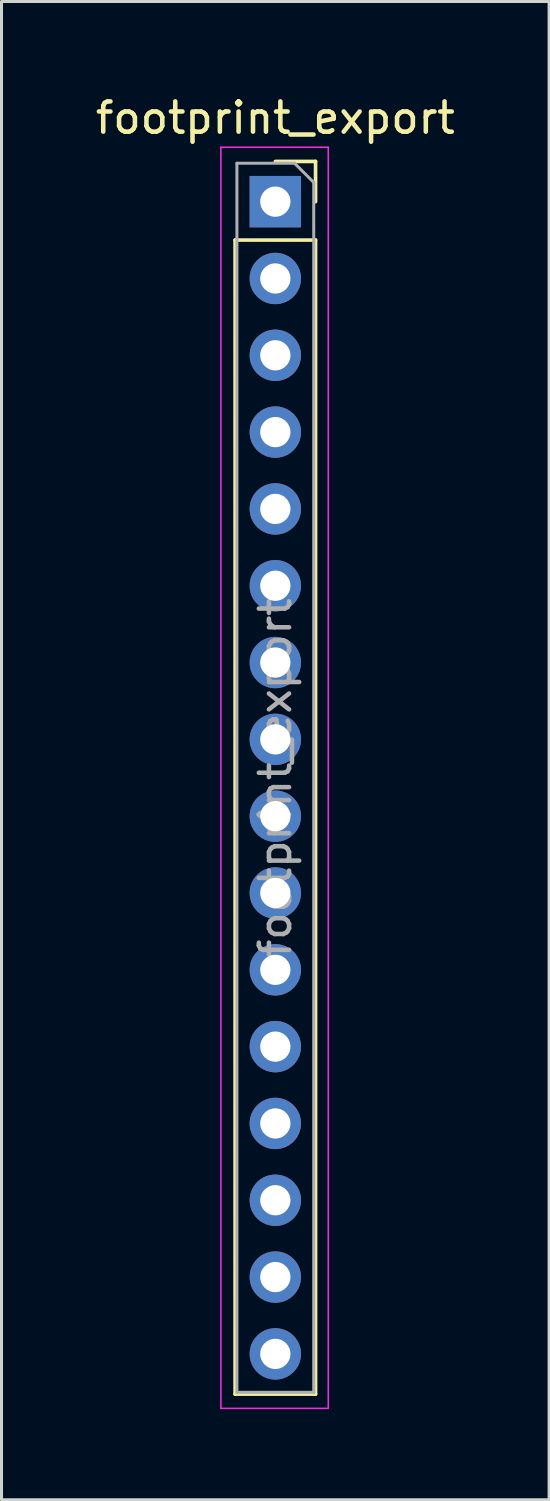
<source format=kicad_pcb>
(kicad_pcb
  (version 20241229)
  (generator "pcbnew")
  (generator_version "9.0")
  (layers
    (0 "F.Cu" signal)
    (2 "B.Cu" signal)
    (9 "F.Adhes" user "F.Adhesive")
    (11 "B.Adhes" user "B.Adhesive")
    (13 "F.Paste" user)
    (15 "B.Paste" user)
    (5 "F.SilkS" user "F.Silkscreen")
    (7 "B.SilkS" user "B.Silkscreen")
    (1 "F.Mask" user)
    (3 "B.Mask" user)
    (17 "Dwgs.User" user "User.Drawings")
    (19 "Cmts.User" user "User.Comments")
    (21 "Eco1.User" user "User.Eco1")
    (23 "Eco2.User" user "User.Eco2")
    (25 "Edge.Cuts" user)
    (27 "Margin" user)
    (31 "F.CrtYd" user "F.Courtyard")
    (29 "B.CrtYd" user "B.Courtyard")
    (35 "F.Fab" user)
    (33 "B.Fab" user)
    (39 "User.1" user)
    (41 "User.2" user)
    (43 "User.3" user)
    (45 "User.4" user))
  (footprint "footprint_export"
    (layer "F.Cu")
    (at 6.054 3.618)
    (property "Reference" "footprint_export" (at 0 -2.77 0) (layer "F.SilkS") (effects (font (size 1 1) (thickness 0.15))))
    (attr through_hole)
    (fp_line (start -1.33 1.27) (end -1.33 39.43) (stroke (width 0.12) (type solid)) (layer "F.SilkS"))
    (fp_line (start -1.33 1.27) (end 1.33 1.27) (stroke (width 0.12) (type solid)) (layer "F.SilkS"))
    (fp_line (start -1.33 39.43) (end 1.33 39.43) (stroke (width 0.12) (type solid)) (layer "F.SilkS"))
    (fp_line (start 0 -1.33) (end 1.33 -1.33) (stroke (width 0.12) (type solid)) (layer "F.SilkS"))
    (fp_line (start 1.33 -1.33) (end 1.33 0) (stroke (width 0.12) (type solid)) (layer "F.SilkS"))
    (fp_line (start 1.33 1.27) (end 1.33 39.43) (stroke (width 0.12) (type solid)) (layer "F.SilkS"))
    (fp_line (start -1.8 -1.8) (end 1.75 -1.8) (stroke (width 0.05) (type solid)) (layer "F.CrtYd"))
    (fp_line (start -1.8 39.9) (end -1.8 -1.8) (stroke (width 0.05) (type solid)) (layer "F.CrtYd"))
    (fp_line (start 1.75 -1.8) (end 1.75 39.9) (stroke (width 0.05) (type solid)) (layer "F.CrtYd"))
    (fp_line (start 1.75 39.9) (end -1.8 39.9) (stroke (width 0.05) (type solid)) (layer "F.CrtYd"))
    (fp_line (start -1.27 -1.27) (end 0.635 -1.27) (stroke (width 0.1) (type solid)) (layer "F.Fab"))
    (fp_line (start -1.27 39.37) (end -1.27 -1.27) (stroke (width 0.1) (type solid)) (layer "F.Fab"))
    (fp_line (start 0.635 -1.27) (end 1.27 -0.635) (stroke (width 0.1) (type solid)) (layer "F.Fab"))
    (fp_line (start 1.27 -0.635) (end 1.27 39.37) (stroke (width 0.1) (type solid)) (layer "F.Fab"))
    (fp_line (start 1.27 39.37) (end -1.27 39.37) (stroke (width 0.1) (type solid)) (layer "F.Fab"))
    (fp_text user "${REFERENCE}" (at 0 19.05 90) (layer "F.Fab") (effects (font (size 1 1) (thickness 0.15))))
    (pad "1" thru_hole rect (at 0 0) (size 1.7 1.7) (drill 1) (layers "*.Cu" "*.Mask"))
    (pad "2" thru_hole oval (at 0 2.54) (size 1.7 1.7) (drill 1) (layers "*.Cu" "*.Mask"))
    (pad "3" thru_hole oval (at 0 5.08) (size 1.7 1.7) (drill 1) (layers "*.Cu" "*.Mask"))
    (pad "4" thru_hole oval (at 0 7.62) (size 1.7 1.7) (drill 1) (layers "*.Cu" "*.Mask"))
    (pad "5" thru_hole oval (at 0 10.16) (size 1.7 1.7) (drill 1) (layers "*.Cu" "*.Mask"))
    (pad "6" thru_hole oval (at 0 12.7) (size 1.7 1.7) (drill 1) (layers "*.Cu" "*.Mask"))
    (pad "7" thru_hole oval (at 0 15.24) (size 1.7 1.7) (drill 1) (layers "*.Cu" "*.Mask"))
    (pad "8" thru_hole oval (at 0 17.78) (size 1.7 1.7) (drill 1) (layers "*.Cu" "*.Mask"))
    (pad "9" thru_hole oval (at 0 20.32) (size 1.7 1.7) (drill 1) (layers "*.Cu" "*.Mask"))
    (pad "10" thru_hole oval (at 0 22.86) (size 1.7 1.7) (drill 1) (layers "*.Cu" "*.Mask"))
    (pad "11" thru_hole oval (at 0 25.4) (size 1.7 1.7) (drill 1) (layers "*.Cu" "*.Mask"))
    (pad "12" thru_hole oval (at 0 27.94) (size 1.7 1.7) (drill 1) (layers "*.Cu" "*.Mask"))
    (pad "13" thru_hole oval (at 0 30.48) (size 1.7 1.7) (drill 1) (layers "*.Cu" "*.Mask"))
    (pad "14" thru_hole oval (at 0 33.02) (size 1.7 1.7) (drill 1) (layers "*.Cu" "*.Mask"))
    (pad "15" thru_hole oval (at 0 35.56) (size 1.7 1.7) (drill 1) (layers "*.Cu" "*.Mask"))
    (pad "16" thru_hole oval (at 0 38.1) (size 1.7 1.7) (drill 1) (layers "*.Cu" "*.Mask")))
  (gr_rect
    (start -3 -3)
    (end 15.107 46.543)
    (stroke (width 0.1) (type default))
    (fill no)
    (layer "Edge.Cuts")))
</source>
